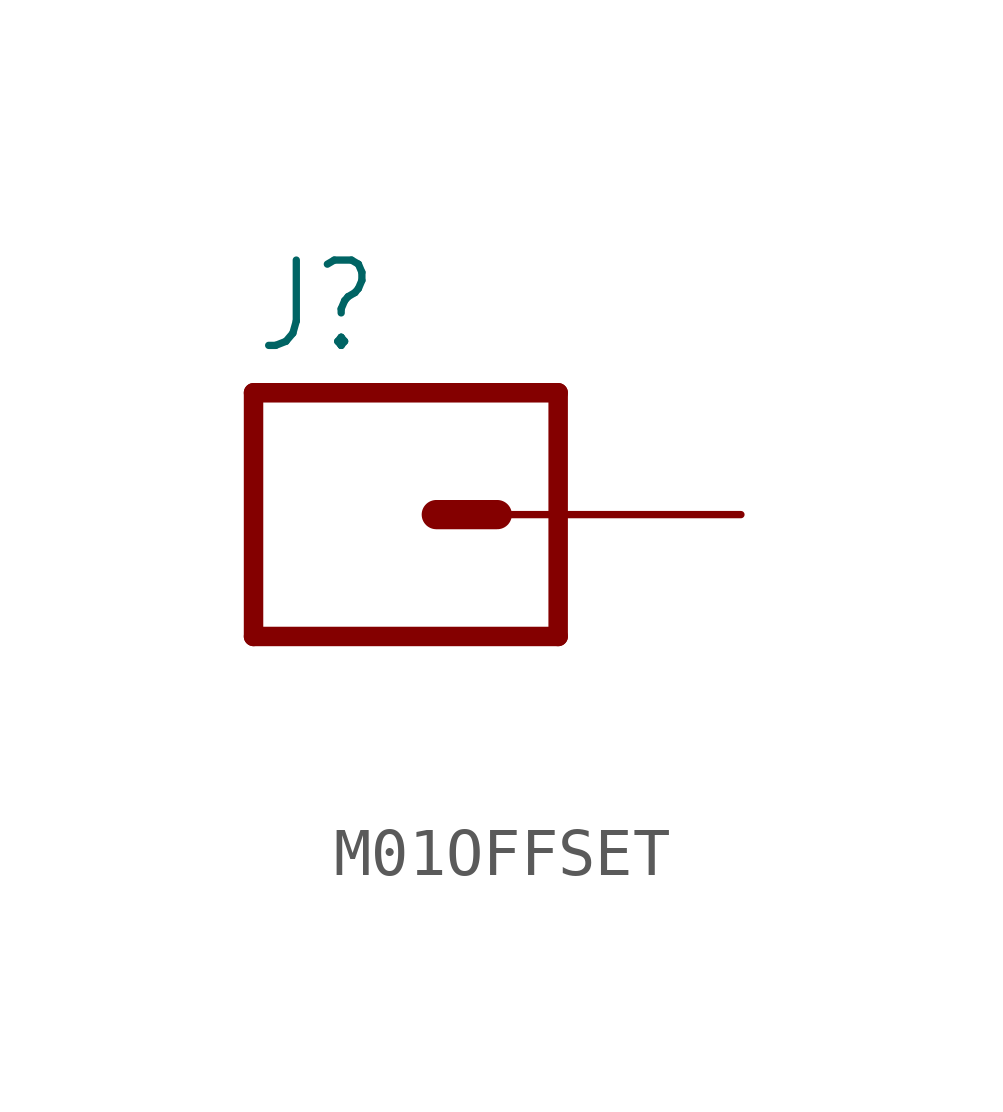
<source format=kicad_sym>
(kicad_symbol_lib
  (version 20231120)
  (generator "kicad_symbol_editor")
  (generator_version "8.0")
  (symbol "M01OFFSET"
    (property "Reference" "J"
      (at -2.54 3.302 0)
      (effects (font (size 1.778 1.511)) (justify left bottom)))
    (property "Value" ""
      (at -2.54 -5.08 0)
      (effects (font (size 1.778 1.511)) (justify left bottom)))
    (property "ki_locked" ""
      (at 0 0 0)
      (effects (font (size 1.27 1.27))))
    (symbol "M01OFFSET_1_0"
      (polyline (pts (xy -2.54 2.54) (xy -2.54 -2.54)) (stroke (width 0.406) (type solid)) (fill (type none)))
      (polyline (pts (xy -2.54 2.54) (xy 3.81 2.54)) (stroke (width 0.406) (type solid)) (fill (type none)))
      (polyline (pts (xy 1.27 0) (xy 2.54 0)) (stroke (width 0.61) (type solid)) (fill (type none)))
      (polyline (pts (xy 3.81 -2.54) (xy -2.54 -2.54)) (stroke (width 0.406) (type solid)) (fill (type none)))
      (polyline (pts (xy 3.81 -2.54) (xy 3.81 2.54)) (stroke (width 0.406) (type solid)) (fill (type none)))
      (pin passive line (at 7.62 0 180) (length 5.08) (name "1" (effects (font (size 0 0)))) (number "1" (effects (font (size 0 0))))))))
</source>
